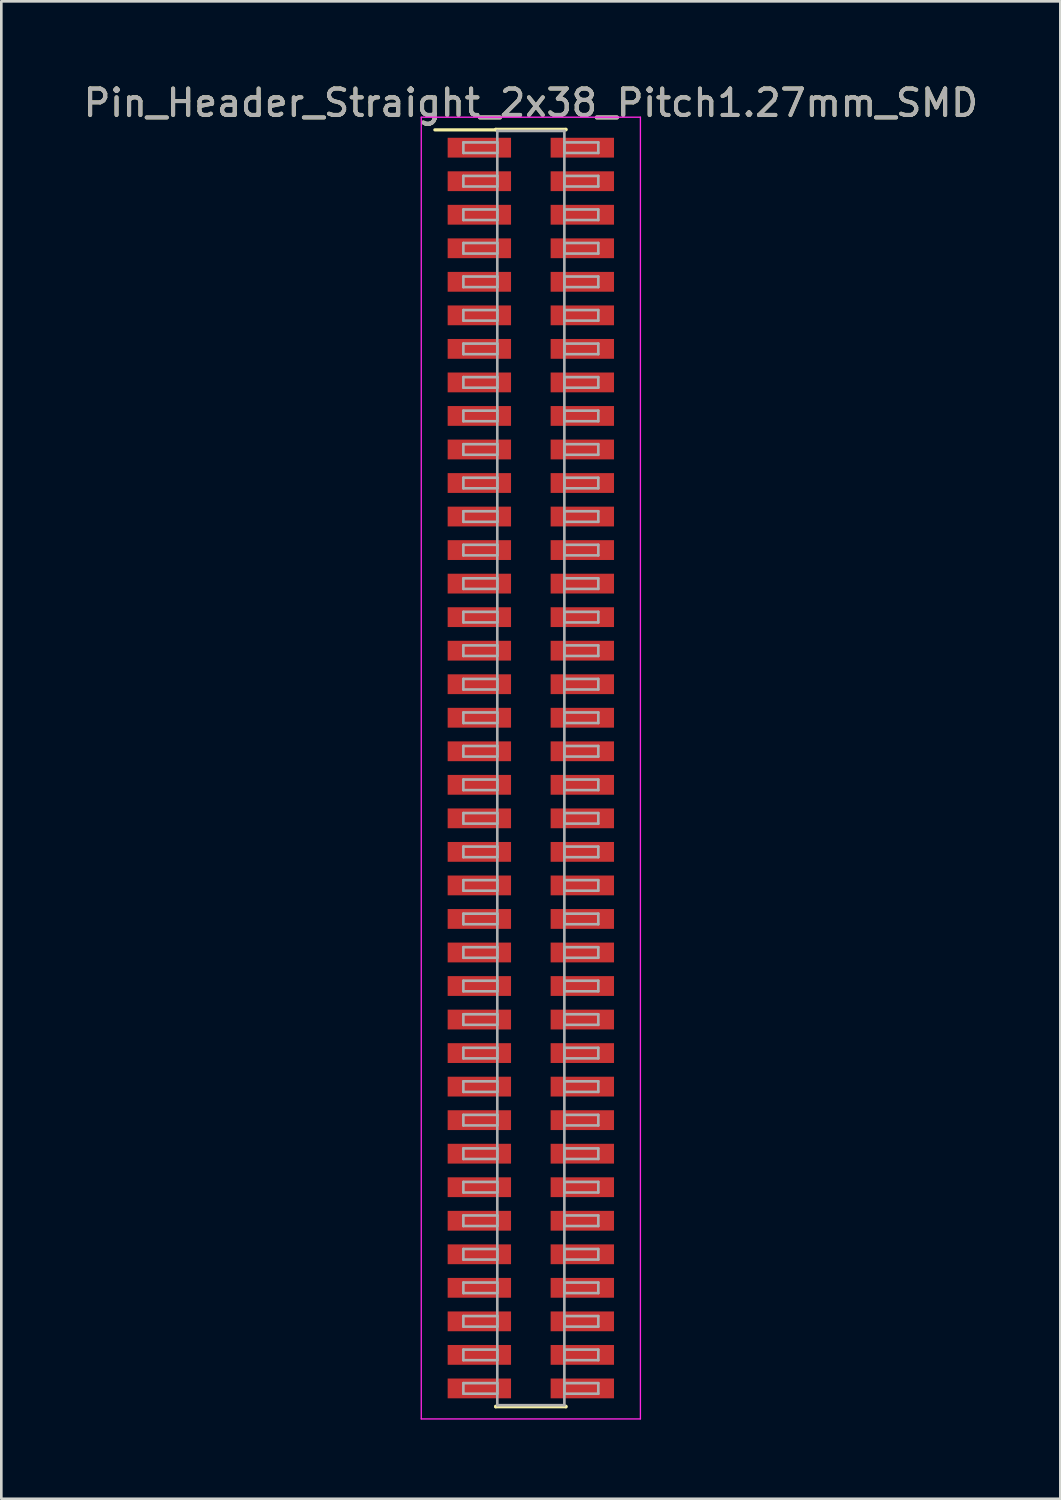
<source format=kicad_pcb>
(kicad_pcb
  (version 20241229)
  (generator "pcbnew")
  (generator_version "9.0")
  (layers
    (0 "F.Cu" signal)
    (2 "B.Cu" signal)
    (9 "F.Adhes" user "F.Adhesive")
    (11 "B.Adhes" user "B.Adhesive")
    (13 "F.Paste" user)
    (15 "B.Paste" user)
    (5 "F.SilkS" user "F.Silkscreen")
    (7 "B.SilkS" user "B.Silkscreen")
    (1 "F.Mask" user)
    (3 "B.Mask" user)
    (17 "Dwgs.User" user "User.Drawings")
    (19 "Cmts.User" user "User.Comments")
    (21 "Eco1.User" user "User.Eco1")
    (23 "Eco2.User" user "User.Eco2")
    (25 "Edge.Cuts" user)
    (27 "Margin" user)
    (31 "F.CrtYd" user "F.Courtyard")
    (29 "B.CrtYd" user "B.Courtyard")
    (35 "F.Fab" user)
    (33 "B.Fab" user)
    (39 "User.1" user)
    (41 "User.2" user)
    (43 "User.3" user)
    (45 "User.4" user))
  (footprint "Pin_Header_Straight_2x38_Pitch1.27mm_SMD"
    (layer "F.Cu")
    (at 17.054 26.038)
    (property "Reference" "Pin_Header_Straight_2x38_Pitch1.27mm_SMD" (at 0 -25.19 0) (layer "F.SilkS") (effects (font (size 1 1) (thickness 0.15))))
    (attr smd)
    (fp_line (start -3.635 -24.17) (end -1.33 -24.17) (stroke (width 0.12) (type solid)) (layer "F.SilkS"))
    (fp_line (start -1.33 -24.19) (end 1.33 -24.19) (stroke (width 0.12) (type solid)) (layer "F.SilkS"))
    (fp_line (start -1.33 -24.17) (end -1.33 -24.19) (stroke (width 0.12) (type solid)) (layer "F.SilkS"))
    (fp_line (start -1.33 24.17) (end -1.33 24.19) (stroke (width 0.12) (type solid)) (layer "F.SilkS"))
    (fp_line (start -1.33 24.19) (end 1.33 24.19) (stroke (width 0.12) (type solid)) (layer "F.SilkS"))
    (fp_line (start 1.33 -24.19) (end 1.33 -24.17) (stroke (width 0.12) (type solid)) (layer "F.SilkS"))
    (fp_line (start 1.33 24.19) (end 1.33 24.17) (stroke (width 0.12) (type solid)) (layer "F.SilkS"))
    (fp_line (start -4.15 -24.65) (end -4.15 24.65) (stroke (width 0.05) (type solid)) (layer "F.CrtYd"))
    (fp_line (start -4.15 24.65) (end 4.15 24.65) (stroke (width 0.05) (type solid)) (layer "F.CrtYd"))
    (fp_line (start 4.15 -24.65) (end -4.15 -24.65) (stroke (width 0.05) (type solid)) (layer "F.CrtYd"))
    (fp_line (start 4.15 24.65) (end 4.15 -24.65) (stroke (width 0.05) (type solid)) (layer "F.CrtYd"))
    (fp_line (start -2.555 -23.695) (end -1.27 -23.695) (stroke (width 0.1) (type solid)) (layer "F.Fab"))
    (fp_line (start -2.555 -23.295) (end -2.555 -23.695) (stroke (width 0.1) (type solid)) (layer "F.Fab"))
    (fp_line (start -2.555 -22.425) (end -1.27 -22.425) (stroke (width 0.1) (type solid)) (layer "F.Fab"))
    (fp_line (start -2.555 -22.025) (end -2.555 -22.425) (stroke (width 0.1) (type solid)) (layer "F.Fab"))
    (fp_line (start -2.555 -21.155) (end -1.27 -21.155) (stroke (width 0.1) (type solid)) (layer "F.Fab"))
    (fp_line (start -2.555 -20.755) (end -2.555 -21.155) (stroke (width 0.1) (type solid)) (layer "F.Fab"))
    (fp_line (start -2.555 -19.885) (end -1.27 -19.885) (stroke (width 0.1) (type solid)) (layer "F.Fab"))
    (fp_line (start -2.555 -19.485) (end -2.555 -19.885) (stroke (width 0.1) (type solid)) (layer "F.Fab"))
    (fp_line (start -2.555 -18.615) (end -1.27 -18.615) (stroke (width 0.1) (type solid)) (layer "F.Fab"))
    (fp_line (start -2.555 -18.215) (end -2.555 -18.615) (stroke (width 0.1) (type solid)) (layer "F.Fab"))
    (fp_line (start -2.555 -17.345) (end -1.27 -17.345) (stroke (width 0.1) (type solid)) (layer "F.Fab"))
    (fp_line (start -2.555 -16.945) (end -2.555 -17.345) (stroke (width 0.1) (type solid)) (layer "F.Fab"))
    (fp_line (start -2.555 -16.075) (end -1.27 -16.075) (stroke (width 0.1) (type solid)) (layer "F.Fab"))
    (fp_line (start -2.555 -15.675) (end -2.555 -16.075) (stroke (width 0.1) (type solid)) (layer "F.Fab"))
    (fp_line (start -2.555 -14.805) (end -1.27 -14.805) (stroke (width 0.1) (type solid)) (layer "F.Fab"))
    (fp_line (start -2.555 -14.405) (end -2.555 -14.805) (stroke (width 0.1) (type solid)) (layer "F.Fab"))
    (fp_line (start -2.555 -13.535) (end -1.27 -13.535) (stroke (width 0.1) (type solid)) (layer "F.Fab"))
    (fp_line (start -2.555 -13.135) (end -2.555 -13.535) (stroke (width 0.1) (type solid)) (layer "F.Fab"))
    (fp_line (start -2.555 -12.265) (end -1.27 -12.265) (stroke (width 0.1) (type solid)) (layer "F.Fab"))
    (fp_line (start -2.555 -11.865) (end -2.555 -12.265) (stroke (width 0.1) (type solid)) (layer "F.Fab"))
    (fp_line (start -2.555 -10.995) (end -1.27 -10.995) (stroke (width 0.1) (type solid)) (layer "F.Fab"))
    (fp_line (start -2.555 -10.595) (end -2.555 -10.995) (stroke (width 0.1) (type solid)) (layer "F.Fab"))
    (fp_line (start -2.555 -9.725) (end -1.27 -9.725) (stroke (width 0.1) (type solid)) (layer "F.Fab"))
    (fp_line (start -2.555 -9.325) (end -2.555 -9.725) (stroke (width 0.1) (type solid)) (layer "F.Fab"))
    (fp_line (start -2.555 -8.455) (end -1.27 -8.455) (stroke (width 0.1) (type solid)) (layer "F.Fab"))
    (fp_line (start -2.555 -8.055) (end -2.555 -8.455) (stroke (width 0.1) (type solid)) (layer "F.Fab"))
    (fp_line (start -2.555 -7.185) (end -1.27 -7.185) (stroke (width 0.1) (type solid)) (layer "F.Fab"))
    (fp_line (start -2.555 -6.785) (end -2.555 -7.185) (stroke (width 0.1) (type solid)) (layer "F.Fab"))
    (fp_line (start -2.555 -5.915) (end -1.27 -5.915) (stroke (width 0.1) (type solid)) (layer "F.Fab"))
    (fp_line (start -2.555 -5.515) (end -2.555 -5.915) (stroke (width 0.1) (type solid)) (layer "F.Fab"))
    (fp_line (start -2.555 -4.645) (end -1.27 -4.645) (stroke (width 0.1) (type solid)) (layer "F.Fab"))
    (fp_line (start -2.555 -4.245) (end -2.555 -4.645) (stroke (width 0.1) (type solid)) (layer "F.Fab"))
    (fp_line (start -2.555 -3.375) (end -1.27 -3.375) (stroke (width 0.1) (type solid)) (layer "F.Fab"))
    (fp_line (start -2.555 -2.975) (end -2.555 -3.375) (stroke (width 0.1) (type solid)) (layer "F.Fab"))
    (fp_line (start -2.555 -2.105) (end -1.27 -2.105) (stroke (width 0.1) (type solid)) (layer "F.Fab"))
    (fp_line (start -2.555 -1.705) (end -2.555 -2.105) (stroke (width 0.1) (type solid)) (layer "F.Fab"))
    (fp_line (start -2.555 -0.835) (end -1.27 -0.835) (stroke (width 0.1) (type solid)) (layer "F.Fab"))
    (fp_line (start -2.555 -0.435) (end -2.555 -0.835) (stroke (width 0.1) (type solid)) (layer "F.Fab"))
    (fp_line (start -2.555 0.435) (end -1.27 0.435) (stroke (width 0.1) (type solid)) (layer "F.Fab"))
    (fp_line (start -2.555 0.835) (end -2.555 0.435) (stroke (width 0.1) (type solid)) (layer "F.Fab"))
    (fp_line (start -2.555 1.705) (end -1.27 1.705) (stroke (width 0.1) (type solid)) (layer "F.Fab"))
    (fp_line (start -2.555 2.105) (end -2.555 1.705) (stroke (width 0.1) (type solid)) (layer "F.Fab"))
    (fp_line (start -2.555 2.975) (end -1.27 2.975) (stroke (width 0.1) (type solid)) (layer "F.Fab"))
    (fp_line (start -2.555 3.375) (end -2.555 2.975) (stroke (width 0.1) (type solid)) (layer "F.Fab"))
    (fp_line (start -2.555 4.245) (end -1.27 4.245) (stroke (width 0.1) (type solid)) (layer "F.Fab"))
    (fp_line (start -2.555 4.645) (end -2.555 4.245) (stroke (width 0.1) (type solid)) (layer "F.Fab"))
    (fp_line (start -2.555 5.515) (end -1.27 5.515) (stroke (width 0.1) (type solid)) (layer "F.Fab"))
    (fp_line (start -2.555 5.915) (end -2.555 5.515) (stroke (width 0.1) (type solid)) (layer "F.Fab"))
    (fp_line (start -2.555 6.785) (end -1.27 6.785) (stroke (width 0.1) (type solid)) (layer "F.Fab"))
    (fp_line (start -2.555 7.185) (end -2.555 6.785) (stroke (width 0.1) (type solid)) (layer "F.Fab"))
    (fp_line (start -2.555 8.055) (end -1.27 8.055) (stroke (width 0.1) (type solid)) (layer "F.Fab"))
    (fp_line (start -2.555 8.455) (end -2.555 8.055) (stroke (width 0.1) (type solid)) (layer "F.Fab"))
    (fp_line (start -2.555 9.325) (end -1.27 9.325) (stroke (width 0.1) (type solid)) (layer "F.Fab"))
    (fp_line (start -2.555 9.725) (end -2.555 9.325) (stroke (width 0.1) (type solid)) (layer "F.Fab"))
    (fp_line (start -2.555 10.595) (end -1.27 10.595) (stroke (width 0.1) (type solid)) (layer "F.Fab"))
    (fp_line (start -2.555 10.995) (end -2.555 10.595) (stroke (width 0.1) (type solid)) (layer "F.Fab"))
    (fp_line (start -2.555 11.865) (end -1.27 11.865) (stroke (width 0.1) (type solid)) (layer "F.Fab"))
    (fp_line (start -2.555 12.265) (end -2.555 11.865) (stroke (width 0.1) (type solid)) (layer "F.Fab"))
    (fp_line (start -2.555 13.135) (end -1.27 13.135) (stroke (width 0.1) (type solid)) (layer "F.Fab"))
    (fp_line (start -2.555 13.535) (end -2.555 13.135) (stroke (width 0.1) (type solid)) (layer "F.Fab"))
    (fp_line (start -2.555 14.405) (end -1.27 14.405) (stroke (width 0.1) (type solid)) (layer "F.Fab"))
    (fp_line (start -2.555 14.805) (end -2.555 14.405) (stroke (width 0.1) (type solid)) (layer "F.Fab"))
    (fp_line (start -2.555 15.675) (end -1.27 15.675) (stroke (width 0.1) (type solid)) (layer "F.Fab"))
    (fp_line (start -2.555 16.075) (end -2.555 15.675) (stroke (width 0.1) (type solid)) (layer "F.Fab"))
    (fp_line (start -2.555 16.945) (end -1.27 16.945) (stroke (width 0.1) (type solid)) (layer "F.Fab"))
    (fp_line (start -2.555 17.345) (end -2.555 16.945) (stroke (width 0.1) (type solid)) (layer "F.Fab"))
    (fp_line (start -2.555 18.215) (end -1.27 18.215) (stroke (width 0.1) (type solid)) (layer "F.Fab"))
    (fp_line (start -2.555 18.615) (end -2.555 18.215) (stroke (width 0.1) (type solid)) (layer "F.Fab"))
    (fp_line (start -2.555 19.485) (end -1.27 19.485) (stroke (width 0.1) (type solid)) (layer "F.Fab"))
    (fp_line (start -2.555 19.885) (end -2.555 19.485) (stroke (width 0.1) (type solid)) (layer "F.Fab"))
    (fp_line (start -2.555 20.755) (end -1.27 20.755) (stroke (width 0.1) (type solid)) (layer "F.Fab"))
    (fp_line (start -2.555 21.155) (end -2.555 20.755) (stroke (width 0.1) (type solid)) (layer "F.Fab"))
    (fp_line (start -2.555 22.025) (end -1.27 22.025) (stroke (width 0.1) (type solid)) (layer "F.Fab"))
    (fp_line (start -2.555 22.425) (end -2.555 22.025) (stroke (width 0.1) (type solid)) (layer "F.Fab"))
    (fp_line (start -2.555 23.295) (end -1.27 23.295) (stroke (width 0.1) (type solid)) (layer "F.Fab"))
    (fp_line (start -2.555 23.695) (end -2.555 23.295) (stroke (width 0.1) (type solid)) (layer "F.Fab"))
    (fp_line (start -1.27 -24.13) (end -1.27 24.13) (stroke (width 0.1) (type solid)) (layer "F.Fab"))
    (fp_line (start -1.27 -23.695) (end -1.27 -23.295) (stroke (width 0.1) (type solid)) (layer "F.Fab"))
    (fp_line (start -1.27 -23.295) (end -2.555 -23.295) (stroke (width 0.1) (type solid)) (layer "F.Fab"))
    (fp_line (start -1.27 -22.425) (end -1.27 -22.025) (stroke (width 0.1) (type solid)) (layer "F.Fab"))
    (fp_line (start -1.27 -22.025) (end -2.555 -22.025) (stroke (width 0.1) (type solid)) (layer "F.Fab"))
    (fp_line (start -1.27 -21.155) (end -1.27 -20.755) (stroke (width 0.1) (type solid)) (layer "F.Fab"))
    (fp_line (start -1.27 -20.755) (end -2.555 -20.755) (stroke (width 0.1) (type solid)) (layer "F.Fab"))
    (fp_line (start -1.27 -19.885) (end -1.27 -19.485) (stroke (width 0.1) (type solid)) (layer "F.Fab"))
    (fp_line (start -1.27 -19.485) (end -2.555 -19.485) (stroke (width 0.1) (type solid)) (layer "F.Fab"))
    (fp_line (start -1.27 -18.615) (end -1.27 -18.215) (stroke (width 0.1) (type solid)) (layer "F.Fab"))
    (fp_line (start -1.27 -18.215) (end -2.555 -18.215) (stroke (width 0.1) (type solid)) (layer "F.Fab"))
    (fp_line (start -1.27 -17.345) (end -1.27 -16.945) (stroke (width 0.1) (type solid)) (layer "F.Fab"))
    (fp_line (start -1.27 -16.945) (end -2.555 -16.945) (stroke (width 0.1) (type solid)) (layer "F.Fab"))
    (fp_line (start -1.27 -16.075) (end -1.27 -15.675) (stroke (width 0.1) (type solid)) (layer "F.Fab"))
    (fp_line (start -1.27 -15.675) (end -2.555 -15.675) (stroke (width 0.1) (type solid)) (layer "F.Fab"))
    (fp_line (start -1.27 -14.805) (end -1.27 -14.405) (stroke (width 0.1) (type solid)) (layer "F.Fab"))
    (fp_line (start -1.27 -14.405) (end -2.555 -14.405) (stroke (width 0.1) (type solid)) (layer "F.Fab"))
    (fp_line (start -1.27 -13.535) (end -1.27 -13.135) (stroke (width 0.1) (type solid)) (layer "F.Fab"))
    (fp_line (start -1.27 -13.135) (end -2.555 -13.135) (stroke (width 0.1) (type solid)) (layer "F.Fab"))
    (fp_line (start -1.27 -12.265) (end -1.27 -11.865) (stroke (width 0.1) (type solid)) (layer "F.Fab"))
    (fp_line (start -1.27 -11.865) (end -2.555 -11.865) (stroke (width 0.1) (type solid)) (layer "F.Fab"))
    (fp_line (start -1.27 -10.995) (end -1.27 -10.595) (stroke (width 0.1) (type solid)) (layer "F.Fab"))
    (fp_line (start -1.27 -10.595) (end -2.555 -10.595) (stroke (width 0.1) (type solid)) (layer "F.Fab"))
    (fp_line (start -1.27 -9.725) (end -1.27 -9.325) (stroke (width 0.1) (type solid)) (layer "F.Fab"))
    (fp_line (start -1.27 -9.325) (end -2.555 -9.325) (stroke (width 0.1) (type solid)) (layer "F.Fab"))
    (fp_line (start -1.27 -8.455) (end -1.27 -8.055) (stroke (width 0.1) (type solid)) (layer "F.Fab"))
    (fp_line (start -1.27 -8.055) (end -2.555 -8.055) (stroke (width 0.1) (type solid)) (layer "F.Fab"))
    (fp_line (start -1.27 -7.185) (end -1.27 -6.785) (stroke (width 0.1) (type solid)) (layer "F.Fab"))
    (fp_line (start -1.27 -6.785) (end -2.555 -6.785) (stroke (width 0.1) (type solid)) (layer "F.Fab"))
    (fp_line (start -1.27 -5.915) (end -1.27 -5.515) (stroke (width 0.1) (type solid)) (layer "F.Fab"))
    (fp_line (start -1.27 -5.515) (end -2.555 -5.515) (stroke (width 0.1) (type solid)) (layer "F.Fab"))
    (fp_line (start -1.27 -4.645) (end -1.27 -4.245) (stroke (width 0.1) (type solid)) (layer "F.Fab"))
    (fp_line (start -1.27 -4.245) (end -2.555 -4.245) (stroke (width 0.1) (type solid)) (layer "F.Fab"))
    (fp_line (start -1.27 -3.375) (end -1.27 -2.975) (stroke (width 0.1) (type solid)) (layer "F.Fab"))
    (fp_line (start -1.27 -2.975) (end -2.555 -2.975) (stroke (width 0.1) (type solid)) (layer "F.Fab"))
    (fp_line (start -1.27 -2.105) (end -1.27 -1.705) (stroke (width 0.1) (type solid)) (layer "F.Fab"))
    (fp_line (start -1.27 -1.705) (end -2.555 -1.705) (stroke (width 0.1) (type solid)) (layer "F.Fab"))
    (fp_line (start -1.27 -0.835) (end -1.27 -0.435) (stroke (width 0.1) (type solid)) (layer "F.Fab"))
    (fp_line (start -1.27 -0.435) (end -2.555 -0.435) (stroke (width 0.1) (type solid)) (layer "F.Fab"))
    (fp_line (start -1.27 0.435) (end -1.27 0.835) (stroke (width 0.1) (type solid)) (layer "F.Fab"))
    (fp_line (start -1.27 0.835) (end -2.555 0.835) (stroke (width 0.1) (type solid)) (layer "F.Fab"))
    (fp_line (start -1.27 1.705) (end -1.27 2.105) (stroke (width 0.1) (type solid)) (layer "F.Fab"))
    (fp_line (start -1.27 2.105) (end -2.555 2.105) (stroke (width 0.1) (type solid)) (layer "F.Fab"))
    (fp_line (start -1.27 2.975) (end -1.27 3.375) (stroke (width 0.1) (type solid)) (layer "F.Fab"))
    (fp_line (start -1.27 3.375) (end -2.555 3.375) (stroke (width 0.1) (type solid)) (layer "F.Fab"))
    (fp_line (start -1.27 4.245) (end -1.27 4.645) (stroke (width 0.1) (type solid)) (layer "F.Fab"))
    (fp_line (start -1.27 4.645) (end -2.555 4.645) (stroke (width 0.1) (type solid)) (layer "F.Fab"))
    (fp_line (start -1.27 5.515) (end -1.27 5.915) (stroke (width 0.1) (type solid)) (layer "F.Fab"))
    (fp_line (start -1.27 5.915) (end -2.555 5.915) (stroke (width 0.1) (type solid)) (layer "F.Fab"))
    (fp_line (start -1.27 6.785) (end -1.27 7.185) (stroke (width 0.1) (type solid)) (layer "F.Fab"))
    (fp_line (start -1.27 7.185) (end -2.555 7.185) (stroke (width 0.1) (type solid)) (layer "F.Fab"))
    (fp_line (start -1.27 8.055) (end -1.27 8.455) (stroke (width 0.1) (type solid)) (layer "F.Fab"))
    (fp_line (start -1.27 8.455) (end -2.555 8.455) (stroke (width 0.1) (type solid)) (layer "F.Fab"))
    (fp_line (start -1.27 9.325) (end -1.27 9.725) (stroke (width 0.1) (type solid)) (layer "F.Fab"))
    (fp_line (start -1.27 9.725) (end -2.555 9.725) (stroke (width 0.1) (type solid)) (layer "F.Fab"))
    (fp_line (start -1.27 10.595) (end -1.27 10.995) (stroke (width 0.1) (type solid)) (layer "F.Fab"))
    (fp_line (start -1.27 10.995) (end -2.555 10.995) (stroke (width 0.1) (type solid)) (layer "F.Fab"))
    (fp_line (start -1.27 11.865) (end -1.27 12.265) (stroke (width 0.1) (type solid)) (layer "F.Fab"))
    (fp_line (start -1.27 12.265) (end -2.555 12.265) (stroke (width 0.1) (type solid)) (layer "F.Fab"))
    (fp_line (start -1.27 13.135) (end -1.27 13.535) (stroke (width 0.1) (type solid)) (layer "F.Fab"))
    (fp_line (start -1.27 13.535) (end -2.555 13.535) (stroke (width 0.1) (type solid)) (layer "F.Fab"))
    (fp_line (start -1.27 14.405) (end -1.27 14.805) (stroke (width 0.1) (type solid)) (layer "F.Fab"))
    (fp_line (start -1.27 14.805) (end -2.555 14.805) (stroke (width 0.1) (type solid)) (layer "F.Fab"))
    (fp_line (start -1.27 15.675) (end -1.27 16.075) (stroke (width 0.1) (type solid)) (layer "F.Fab"))
    (fp_line (start -1.27 16.075) (end -2.555 16.075) (stroke (width 0.1) (type solid)) (layer "F.Fab"))
    (fp_line (start -1.27 16.945) (end -1.27 17.345) (stroke (width 0.1) (type solid)) (layer "F.Fab"))
    (fp_line (start -1.27 17.345) (end -2.555 17.345) (stroke (width 0.1) (type solid)) (layer "F.Fab"))
    (fp_line (start -1.27 18.215) (end -1.27 18.615) (stroke (width 0.1) (type solid)) (layer "F.Fab"))
    (fp_line (start -1.27 18.615) (end -2.555 18.615) (stroke (width 0.1) (type solid)) (layer "F.Fab"))
    (fp_line (start -1.27 19.485) (end -1.27 19.885) (stroke (width 0.1) (type solid)) (layer "F.Fab"))
    (fp_line (start -1.27 19.885) (end -2.555 19.885) (stroke (width 0.1) (type solid)) (layer "F.Fab"))
    (fp_line (start -1.27 20.755) (end -1.27 21.155) (stroke (width 0.1) (type solid)) (layer "F.Fab"))
    (fp_line (start -1.27 21.155) (end -2.555 21.155) (stroke (width 0.1) (type solid)) (layer "F.Fab"))
    (fp_line (start -1.27 22.025) (end -1.27 22.425) (stroke (width 0.1) (type solid)) (layer "F.Fab"))
    (fp_line (start -1.27 22.425) (end -2.555 22.425) (stroke (width 0.1) (type solid)) (layer "F.Fab"))
    (fp_line (start -1.27 23.295) (end -1.27 23.695) (stroke (width 0.1) (type solid)) (layer "F.Fab"))
    (fp_line (start -1.27 23.695) (end -2.555 23.695) (stroke (width 0.1) (type solid)) (layer "F.Fab"))
    (fp_line (start -1.27 24.13) (end 1.27 24.13) (stroke (width 0.1) (type solid)) (layer "F.Fab"))
    (fp_line (start 1.27 -24.13) (end -1.27 -24.13) (stroke (width 0.1) (type solid)) (layer "F.Fab"))
    (fp_line (start 1.27 -23.695) (end 1.27 -23.295) (stroke (width 0.1) (type solid)) (layer "F.Fab"))
    (fp_line (start 1.27 -23.295) (end 2.555 -23.295) (stroke (width 0.1) (type solid)) (layer "F.Fab"))
    (fp_line (start 1.27 -22.425) (end 1.27 -22.025) (stroke (width 0.1) (type solid)) (layer "F.Fab"))
    (fp_line (start 1.27 -22.025) (end 2.555 -22.025) (stroke (width 0.1) (type solid)) (layer "F.Fab"))
    (fp_line (start 1.27 -21.155) (end 1.27 -20.755) (stroke (width 0.1) (type solid)) (layer "F.Fab"))
    (fp_line (start 1.27 -20.755) (end 2.555 -20.755) (stroke (width 0.1) (type solid)) (layer "F.Fab"))
    (fp_line (start 1.27 -19.885) (end 1.27 -19.485) (stroke (width 0.1) (type solid)) (layer "F.Fab"))
    (fp_line (start 1.27 -19.485) (end 2.555 -19.485) (stroke (width 0.1) (type solid)) (layer "F.Fab"))
    (fp_line (start 1.27 -18.615) (end 1.27 -18.215) (stroke (width 0.1) (type solid)) (layer "F.Fab"))
    (fp_line (start 1.27 -18.215) (end 2.555 -18.215) (stroke (width 0.1) (type solid)) (layer "F.Fab"))
    (fp_line (start 1.27 -17.345) (end 1.27 -16.945) (stroke (width 0.1) (type solid)) (layer "F.Fab"))
    (fp_line (start 1.27 -16.945) (end 2.555 -16.945) (stroke (width 0.1) (type solid)) (layer "F.Fab"))
    (fp_line (start 1.27 -16.075) (end 1.27 -15.675) (stroke (width 0.1) (type solid)) (layer "F.Fab"))
    (fp_line (start 1.27 -15.675) (end 2.555 -15.675) (stroke (width 0.1) (type solid)) (layer "F.Fab"))
    (fp_line (start 1.27 -14.805) (end 1.27 -14.405) (stroke (width 0.1) (type solid)) (layer "F.Fab"))
    (fp_line (start 1.27 -14.405) (end 2.555 -14.405) (stroke (width 0.1) (type solid)) (layer "F.Fab"))
    (fp_line (start 1.27 -13.535) (end 1.27 -13.135) (stroke (width 0.1) (type solid)) (layer "F.Fab"))
    (fp_line (start 1.27 -13.135) (end 2.555 -13.135) (stroke (width 0.1) (type solid)) (layer "F.Fab"))
    (fp_line (start 1.27 -12.265) (end 1.27 -11.865) (stroke (width 0.1) (type solid)) (layer "F.Fab"))
    (fp_line (start 1.27 -11.865) (end 2.555 -11.865) (stroke (width 0.1) (type solid)) (layer "F.Fab"))
    (fp_line (start 1.27 -10.995) (end 1.27 -10.595) (stroke (width 0.1) (type solid)) (layer "F.Fab"))
    (fp_line (start 1.27 -10.595) (end 2.555 -10.595) (stroke (width 0.1) (type solid)) (layer "F.Fab"))
    (fp_line (start 1.27 -9.725) (end 1.27 -9.325) (stroke (width 0.1) (type solid)) (layer "F.Fab"))
    (fp_line (start 1.27 -9.325) (end 2.555 -9.325) (stroke (width 0.1) (type solid)) (layer "F.Fab"))
    (fp_line (start 1.27 -8.455) (end 1.27 -8.055) (stroke (width 0.1) (type solid)) (layer "F.Fab"))
    (fp_line (start 1.27 -8.055) (end 2.555 -8.055) (stroke (width 0.1) (type solid)) (layer "F.Fab"))
    (fp_line (start 1.27 -7.185) (end 1.27 -6.785) (stroke (width 0.1) (type solid)) (layer "F.Fab"))
    (fp_line (start 1.27 -6.785) (end 2.555 -6.785) (stroke (width 0.1) (type solid)) (layer "F.Fab"))
    (fp_line (start 1.27 -5.915) (end 1.27 -5.515) (stroke (width 0.1) (type solid)) (layer "F.Fab"))
    (fp_line (start 1.27 -5.515) (end 2.555 -5.515) (stroke (width 0.1) (type solid)) (layer "F.Fab"))
    (fp_line (start 1.27 -4.645) (end 1.27 -4.245) (stroke (width 0.1) (type solid)) (layer "F.Fab"))
    (fp_line (start 1.27 -4.245) (end 2.555 -4.245) (stroke (width 0.1) (type solid)) (layer "F.Fab"))
    (fp_line (start 1.27 -3.375) (end 1.27 -2.975) (stroke (width 0.1) (type solid)) (layer "F.Fab"))
    (fp_line (start 1.27 -2.975) (end 2.555 -2.975) (stroke (width 0.1) (type solid)) (layer "F.Fab"))
    (fp_line (start 1.27 -2.105) (end 1.27 -1.705) (stroke (width 0.1) (type solid)) (layer "F.Fab"))
    (fp_line (start 1.27 -1.705) (end 2.555 -1.705) (stroke (width 0.1) (type solid)) (layer "F.Fab"))
    (fp_line (start 1.27 -0.835) (end 1.27 -0.435) (stroke (width 0.1) (type solid)) (layer "F.Fab"))
    (fp_line (start 1.27 -0.435) (end 2.555 -0.435) (stroke (width 0.1) (type solid)) (layer "F.Fab"))
    (fp_line (start 1.27 0.435) (end 1.27 0.835) (stroke (width 0.1) (type solid)) (layer "F.Fab"))
    (fp_line (start 1.27 0.835) (end 2.555 0.835) (stroke (width 0.1) (type solid)) (layer "F.Fab"))
    (fp_line (start 1.27 1.705) (end 1.27 2.105) (stroke (width 0.1) (type solid)) (layer "F.Fab"))
    (fp_line (start 1.27 2.105) (end 2.555 2.105) (stroke (width 0.1) (type solid)) (layer "F.Fab"))
    (fp_line (start 1.27 2.975) (end 1.27 3.375) (stroke (width 0.1) (type solid)) (layer "F.Fab"))
    (fp_line (start 1.27 3.375) (end 2.555 3.375) (stroke (width 0.1) (type solid)) (layer "F.Fab"))
    (fp_line (start 1.27 4.245) (end 1.27 4.645) (stroke (width 0.1) (type solid)) (layer "F.Fab"))
    (fp_line (start 1.27 4.645) (end 2.555 4.645) (stroke (width 0.1) (type solid)) (layer "F.Fab"))
    (fp_line (start 1.27 5.515) (end 1.27 5.915) (stroke (width 0.1) (type solid)) (layer "F.Fab"))
    (fp_line (start 1.27 5.915) (end 2.555 5.915) (stroke (width 0.1) (type solid)) (layer "F.Fab"))
    (fp_line (start 1.27 6.785) (end 1.27 7.185) (stroke (width 0.1) (type solid)) (layer "F.Fab"))
    (fp_line (start 1.27 7.185) (end 2.555 7.185) (stroke (width 0.1) (type solid)) (layer "F.Fab"))
    (fp_line (start 1.27 8.055) (end 1.27 8.455) (stroke (width 0.1) (type solid)) (layer "F.Fab"))
    (fp_line (start 1.27 8.455) (end 2.555 8.455) (stroke (width 0.1) (type solid)) (layer "F.Fab"))
    (fp_line (start 1.27 9.325) (end 1.27 9.725) (stroke (width 0.1) (type solid)) (layer "F.Fab"))
    (fp_line (start 1.27 9.725) (end 2.555 9.725) (stroke (width 0.1) (type solid)) (layer "F.Fab"))
    (fp_line (start 1.27 10.595) (end 1.27 10.995) (stroke (width 0.1) (type solid)) (layer "F.Fab"))
    (fp_line (start 1.27 10.995) (end 2.555 10.995) (stroke (width 0.1) (type solid)) (layer "F.Fab"))
    (fp_line (start 1.27 11.865) (end 1.27 12.265) (stroke (width 0.1) (type solid)) (layer "F.Fab"))
    (fp_line (start 1.27 12.265) (end 2.555 12.265) (stroke (width 0.1) (type solid)) (layer "F.Fab"))
    (fp_line (start 1.27 13.135) (end 1.27 13.535) (stroke (width 0.1) (type solid)) (layer "F.Fab"))
    (fp_line (start 1.27 13.535) (end 2.555 13.535) (stroke (width 0.1) (type solid)) (layer "F.Fab"))
    (fp_line (start 1.27 14.405) (end 1.27 14.805) (stroke (width 0.1) (type solid)) (layer "F.Fab"))
    (fp_line (start 1.27 14.805) (end 2.555 14.805) (stroke (width 0.1) (type solid)) (layer "F.Fab"))
    (fp_line (start 1.27 15.675) (end 1.27 16.075) (stroke (width 0.1) (type solid)) (layer "F.Fab"))
    (fp_line (start 1.27 16.075) (end 2.555 16.075) (stroke (width 0.1) (type solid)) (layer "F.Fab"))
    (fp_line (start 1.27 16.945) (end 1.27 17.345) (stroke (width 0.1) (type solid)) (layer "F.Fab"))
    (fp_line (start 1.27 17.345) (end 2.555 17.345) (stroke (width 0.1) (type solid)) (layer "F.Fab"))
    (fp_line (start 1.27 18.215) (end 1.27 18.615) (stroke (width 0.1) (type solid)) (layer "F.Fab"))
    (fp_line (start 1.27 18.615) (end 2.555 18.615) (stroke (width 0.1) (type solid)) (layer "F.Fab"))
    (fp_line (start 1.27 19.485) (end 1.27 19.885) (stroke (width 0.1) (type solid)) (layer "F.Fab"))
    (fp_line (start 1.27 19.885) (end 2.555 19.885) (stroke (width 0.1) (type solid)) (layer "F.Fab"))
    (fp_line (start 1.27 20.755) (end 1.27 21.155) (stroke (width 0.1) (type solid)) (layer "F.Fab"))
    (fp_line (start 1.27 21.155) (end 2.555 21.155) (stroke (width 0.1) (type solid)) (layer "F.Fab"))
    (fp_line (start 1.27 22.025) (end 1.27 22.425) (stroke (width 0.1) (type solid)) (layer "F.Fab"))
    (fp_line (start 1.27 22.425) (end 2.555 22.425) (stroke (width 0.1) (type solid)) (layer "F.Fab"))
    (fp_line (start 1.27 23.295) (end 1.27 23.695) (stroke (width 0.1) (type solid)) (layer "F.Fab"))
    (fp_line (start 1.27 23.695) (end 2.555 23.695) (stroke (width 0.1) (type solid)) (layer "F.Fab"))
    (fp_line (start 1.27 24.13) (end 1.27 -24.13) (stroke (width 0.1) (type solid)) (layer "F.Fab"))
    (fp_line (start 2.555 -23.695) (end 1.27 -23.695) (stroke (width 0.1) (type solid)) (layer "F.Fab"))
    (fp_line (start 2.555 -23.295) (end 2.555 -23.695) (stroke (width 0.1) (type solid)) (layer "F.Fab"))
    (fp_line (start 2.555 -22.425) (end 1.27 -22.425) (stroke (width 0.1) (type solid)) (layer "F.Fab"))
    (fp_line (start 2.555 -22.025) (end 2.555 -22.425) (stroke (width 0.1) (type solid)) (layer "F.Fab"))
    (fp_line (start 2.555 -21.155) (end 1.27 -21.155) (stroke (width 0.1) (type solid)) (layer "F.Fab"))
    (fp_line (start 2.555 -20.755) (end 2.555 -21.155) (stroke (width 0.1) (type solid)) (layer "F.Fab"))
    (fp_line (start 2.555 -19.885) (end 1.27 -19.885) (stroke (width 0.1) (type solid)) (layer "F.Fab"))
    (fp_line (start 2.555 -19.485) (end 2.555 -19.885) (stroke (width 0.1) (type solid)) (layer "F.Fab"))
    (fp_line (start 2.555 -18.615) (end 1.27 -18.615) (stroke (width 0.1) (type solid)) (layer "F.Fab"))
    (fp_line (start 2.555 -18.215) (end 2.555 -18.615) (stroke (width 0.1) (type solid)) (layer "F.Fab"))
    (fp_line (start 2.555 -17.345) (end 1.27 -17.345) (stroke (width 0.1) (type solid)) (layer "F.Fab"))
    (fp_line (start 2.555 -16.945) (end 2.555 -17.345) (stroke (width 0.1) (type solid)) (layer "F.Fab"))
    (fp_line (start 2.555 -16.075) (end 1.27 -16.075) (stroke (width 0.1) (type solid)) (layer "F.Fab"))
    (fp_line (start 2.555 -15.675) (end 2.555 -16.075) (stroke (width 0.1) (type solid)) (layer "F.Fab"))
    (fp_line (start 2.555 -14.805) (end 1.27 -14.805) (stroke (width 0.1) (type solid)) (layer "F.Fab"))
    (fp_line (start 2.555 -14.405) (end 2.555 -14.805) (stroke (width 0.1) (type solid)) (layer "F.Fab"))
    (fp_line (start 2.555 -13.535) (end 1.27 -13.535) (stroke (width 0.1) (type solid)) (layer "F.Fab"))
    (fp_line (start 2.555 -13.135) (end 2.555 -13.535) (stroke (width 0.1) (type solid)) (layer "F.Fab"))
    (fp_line (start 2.555 -12.265) (end 1.27 -12.265) (stroke (width 0.1) (type solid)) (layer "F.Fab"))
    (fp_line (start 2.555 -11.865) (end 2.555 -12.265) (stroke (width 0.1) (type solid)) (layer "F.Fab"))
    (fp_line (start 2.555 -10.995) (end 1.27 -10.995) (stroke (width 0.1) (type solid)) (layer "F.Fab"))
    (fp_line (start 2.555 -10.595) (end 2.555 -10.995) (stroke (width 0.1) (type solid)) (layer "F.Fab"))
    (fp_line (start 2.555 -9.725) (end 1.27 -9.725) (stroke (width 0.1) (type solid)) (layer "F.Fab"))
    (fp_line (start 2.555 -9.325) (end 2.555 -9.725) (stroke (width 0.1) (type solid)) (layer "F.Fab"))
    (fp_line (start 2.555 -8.455) (end 1.27 -8.455) (stroke (width 0.1) (type solid)) (layer "F.Fab"))
    (fp_line (start 2.555 -8.055) (end 2.555 -8.455) (stroke (width 0.1) (type solid)) (layer "F.Fab"))
    (fp_line (start 2.555 -7.185) (end 1.27 -7.185) (stroke (width 0.1) (type solid)) (layer "F.Fab"))
    (fp_line (start 2.555 -6.785) (end 2.555 -7.185) (stroke (width 0.1) (type solid)) (layer "F.Fab"))
    (fp_line (start 2.555 -5.915) (end 1.27 -5.915) (stroke (width 0.1) (type solid)) (layer "F.Fab"))
    (fp_line (start 2.555 -5.515) (end 2.555 -5.915) (stroke (width 0.1) (type solid)) (layer "F.Fab"))
    (fp_line (start 2.555 -4.645) (end 1.27 -4.645) (stroke (width 0.1) (type solid)) (layer "F.Fab"))
    (fp_line (start 2.555 -4.245) (end 2.555 -4.645) (stroke (width 0.1) (type solid)) (layer "F.Fab"))
    (fp_line (start 2.555 -3.375) (end 1.27 -3.375) (stroke (width 0.1) (type solid)) (layer "F.Fab"))
    (fp_line (start 2.555 -2.975) (end 2.555 -3.375) (stroke (width 0.1) (type solid)) (layer "F.Fab"))
    (fp_line (start 2.555 -2.105) (end 1.27 -2.105) (stroke (width 0.1) (type solid)) (layer "F.Fab"))
    (fp_line (start 2.555 -1.705) (end 2.555 -2.105) (stroke (width 0.1) (type solid)) (layer "F.Fab"))
    (fp_line (start 2.555 -0.835) (end 1.27 -0.835) (stroke (width 0.1) (type solid)) (layer "F.Fab"))
    (fp_line (start 2.555 -0.435) (end 2.555 -0.835) (stroke (width 0.1) (type solid)) (layer "F.Fab"))
    (fp_line (start 2.555 0.435) (end 1.27 0.435) (stroke (width 0.1) (type solid)) (layer "F.Fab"))
    (fp_line (start 2.555 0.835) (end 2.555 0.435) (stroke (width 0.1) (type solid)) (layer "F.Fab"))
    (fp_line (start 2.555 1.705) (end 1.27 1.705) (stroke (width 0.1) (type solid)) (layer "F.Fab"))
    (fp_line (start 2.555 2.105) (end 2.555 1.705) (stroke (width 0.1) (type solid)) (layer "F.Fab"))
    (fp_line (start 2.555 2.975) (end 1.27 2.975) (stroke (width 0.1) (type solid)) (layer "F.Fab"))
    (fp_line (start 2.555 3.375) (end 2.555 2.975) (stroke (width 0.1) (type solid)) (layer "F.Fab"))
    (fp_line (start 2.555 4.245) (end 1.27 4.245) (stroke (width 0.1) (type solid)) (layer "F.Fab"))
    (fp_line (start 2.555 4.645) (end 2.555 4.245) (stroke (width 0.1) (type solid)) (layer "F.Fab"))
    (fp_line (start 2.555 5.515) (end 1.27 5.515) (stroke (width 0.1) (type solid)) (layer "F.Fab"))
    (fp_line (start 2.555 5.915) (end 2.555 5.515) (stroke (width 0.1) (type solid)) (layer "F.Fab"))
    (fp_line (start 2.555 6.785) (end 1.27 6.785) (stroke (width 0.1) (type solid)) (layer "F.Fab"))
    (fp_line (start 2.555 7.185) (end 2.555 6.785) (stroke (width 0.1) (type solid)) (layer "F.Fab"))
    (fp_line (start 2.555 8.055) (end 1.27 8.055) (stroke (width 0.1) (type solid)) (layer "F.Fab"))
    (fp_line (start 2.555 8.455) (end 2.555 8.055) (stroke (width 0.1) (type solid)) (layer "F.Fab"))
    (fp_line (start 2.555 9.325) (end 1.27 9.325) (stroke (width 0.1) (type solid)) (layer "F.Fab"))
    (fp_line (start 2.555 9.725) (end 2.555 9.325) (stroke (width 0.1) (type solid)) (layer "F.Fab"))
    (fp_line (start 2.555 10.595) (end 1.27 10.595) (stroke (width 0.1) (type solid)) (layer "F.Fab"))
    (fp_line (start 2.555 10.995) (end 2.555 10.595) (stroke (width 0.1) (type solid)) (layer "F.Fab"))
    (fp_line (start 2.555 11.865) (end 1.27 11.865) (stroke (width 0.1) (type solid)) (layer "F.Fab"))
    (fp_line (start 2.555 12.265) (end 2.555 11.865) (stroke (width 0.1) (type solid)) (layer "F.Fab"))
    (fp_line (start 2.555 13.135) (end 1.27 13.135) (stroke (width 0.1) (type solid)) (layer "F.Fab"))
    (fp_line (start 2.555 13.535) (end 2.555 13.135) (stroke (width 0.1) (type solid)) (layer "F.Fab"))
    (fp_line (start 2.555 14.405) (end 1.27 14.405) (stroke (width 0.1) (type solid)) (layer "F.Fab"))
    (fp_line (start 2.555 14.805) (end 2.555 14.405) (stroke (width 0.1) (type solid)) (layer "F.Fab"))
    (fp_line (start 2.555 15.675) (end 1.27 15.675) (stroke (width 0.1) (type solid)) (layer "F.Fab"))
    (fp_line (start 2.555 16.075) (end 2.555 15.675) (stroke (width 0.1) (type solid)) (layer "F.Fab"))
    (fp_line (start 2.555 16.945) (end 1.27 16.945) (stroke (width 0.1) (type solid)) (layer "F.Fab"))
    (fp_line (start 2.555 17.345) (end 2.555 16.945) (stroke (width 0.1) (type solid)) (layer "F.Fab"))
    (fp_line (start 2.555 18.215) (end 1.27 18.215) (stroke (width 0.1) (type solid)) (layer "F.Fab"))
    (fp_line (start 2.555 18.615) (end 2.555 18.215) (stroke (width 0.1) (type solid)) (layer "F.Fab"))
    (fp_line (start 2.555 19.485) (end 1.27 19.485) (stroke (width 0.1) (type solid)) (layer "F.Fab"))
    (fp_line (start 2.555 19.885) (end 2.555 19.485) (stroke (width 0.1) (type solid)) (layer "F.Fab"))
    (fp_line (start 2.555 20.755) (end 1.27 20.755) (stroke (width 0.1) (type solid)) (layer "F.Fab"))
    (fp_line (start 2.555 21.155) (end 2.555 20.755) (stroke (width 0.1) (type solid)) (layer "F.Fab"))
    (fp_line (start 2.555 22.025) (end 1.27 22.025) (stroke (width 0.1) (type solid)) (layer "F.Fab"))
    (fp_line (start 2.555 22.425) (end 2.555 22.025) (stroke (width 0.1) (type solid)) (layer "F.Fab"))
    (fp_line (start 2.555 23.295) (end 1.27 23.295) (stroke (width 0.1) (type solid)) (layer "F.Fab"))
    (fp_line (start 2.555 23.695) (end 2.555 23.295) (stroke (width 0.1) (type solid)) (layer "F.Fab"))
    (fp_text user "${REFERENCE}" (at 0 -25.19 0) (layer "F.Fab") (effects (font (size 1 1) (thickness 0.15))))
    (pad "1" smd rect (at -1.95 -23.495) (size 2.4 0.75) (layers "F.Cu" "F.Mask" "F.Paste"))
    (pad "2" smd rect (at 1.95 -23.495) (size 2.4 0.75) (layers "F.Cu" "F.Mask" "F.Paste"))
    (pad "3" smd rect (at -1.95 -22.225) (size 2.4 0.75) (layers "F.Cu" "F.Mask" "F.Paste"))
    (pad "4" smd rect (at 1.95 -22.225) (size 2.4 0.75) (layers "F.Cu" "F.Mask" "F.Paste"))
    (pad "5" smd rect (at -1.95 -20.955) (size 2.4 0.75) (layers "F.Cu" "F.Mask" "F.Paste"))
    (pad "6" smd rect (at 1.95 -20.955) (size 2.4 0.75) (layers "F.Cu" "F.Mask" "F.Paste"))
    (pad "7" smd rect (at -1.95 -19.685) (size 2.4 0.75) (layers "F.Cu" "F.Mask" "F.Paste"))
    (pad "8" smd rect (at 1.95 -19.685) (size 2.4 0.75) (layers "F.Cu" "F.Mask" "F.Paste"))
    (pad "9" smd rect (at -1.95 -18.415) (size 2.4 0.75) (layers "F.Cu" "F.Mask" "F.Paste"))
    (pad "10" smd rect (at 1.95 -18.415) (size 2.4 0.75) (layers "F.Cu" "F.Mask" "F.Paste"))
    (pad "11" smd rect (at -1.95 -17.145) (size 2.4 0.75) (layers "F.Cu" "F.Mask" "F.Paste"))
    (pad "12" smd rect (at 1.95 -17.145) (size 2.4 0.75) (layers "F.Cu" "F.Mask" "F.Paste"))
    (pad "13" smd rect (at -1.95 -15.875) (size 2.4 0.75) (layers "F.Cu" "F.Mask" "F.Paste"))
    (pad "14" smd rect (at 1.95 -15.875) (size 2.4 0.75) (layers "F.Cu" "F.Mask" "F.Paste"))
    (pad "15" smd rect (at -1.95 -14.605) (size 2.4 0.75) (layers "F.Cu" "F.Mask" "F.Paste"))
    (pad "16" smd rect (at 1.95 -14.605) (size 2.4 0.75) (layers "F.Cu" "F.Mask" "F.Paste"))
    (pad "17" smd rect (at -1.95 -13.335) (size 2.4 0.75) (layers "F.Cu" "F.Mask" "F.Paste"))
    (pad "18" smd rect (at 1.95 -13.335) (size 2.4 0.75) (layers "F.Cu" "F.Mask" "F.Paste"))
    (pad "19" smd rect (at -1.95 -12.065) (size 2.4 0.75) (layers "F.Cu" "F.Mask" "F.Paste"))
    (pad "20" smd rect (at 1.95 -12.065) (size 2.4 0.75) (layers "F.Cu" "F.Mask" "F.Paste"))
    (pad "21" smd rect (at -1.95 -10.795) (size 2.4 0.75) (layers "F.Cu" "F.Mask" "F.Paste"))
    (pad "22" smd rect (at 1.95 -10.795) (size 2.4 0.75) (layers "F.Cu" "F.Mask" "F.Paste"))
    (pad "23" smd rect (at -1.95 -9.525) (size 2.4 0.75) (layers "F.Cu" "F.Mask" "F.Paste"))
    (pad "24" smd rect (at 1.95 -9.525) (size 2.4 0.75) (layers "F.Cu" "F.Mask" "F.Paste"))
    (pad "25" smd rect (at -1.95 -8.255) (size 2.4 0.75) (layers "F.Cu" "F.Mask" "F.Paste"))
    (pad "26" smd rect (at 1.95 -8.255) (size 2.4 0.75) (layers "F.Cu" "F.Mask" "F.Paste"))
    (pad "27" smd rect (at -1.95 -6.985) (size 2.4 0.75) (layers "F.Cu" "F.Mask" "F.Paste"))
    (pad "28" smd rect (at 1.95 -6.985) (size 2.4 0.75) (layers "F.Cu" "F.Mask" "F.Paste"))
    (pad "29" smd rect (at -1.95 -5.715) (size 2.4 0.75) (layers "F.Cu" "F.Mask" "F.Paste"))
    (pad "30" smd rect (at 1.95 -5.715) (size 2.4 0.75) (layers "F.Cu" "F.Mask" "F.Paste"))
    (pad "31" smd rect (at -1.95 -4.445) (size 2.4 0.75) (layers "F.Cu" "F.Mask" "F.Paste"))
    (pad "32" smd rect (at 1.95 -4.445) (size 2.4 0.75) (layers "F.Cu" "F.Mask" "F.Paste"))
    (pad "33" smd rect (at -1.95 -3.175) (size 2.4 0.75) (layers "F.Cu" "F.Mask" "F.Paste"))
    (pad "34" smd rect (at 1.95 -3.175) (size 2.4 0.75) (layers "F.Cu" "F.Mask" "F.Paste"))
    (pad "35" smd rect (at -1.95 -1.905) (size 2.4 0.75) (layers "F.Cu" "F.Mask" "F.Paste"))
    (pad "36" smd rect (at 1.95 -1.905) (size 2.4 0.75) (layers "F.Cu" "F.Mask" "F.Paste"))
    (pad "37" smd rect (at -1.95 -0.635) (size 2.4 0.75) (layers "F.Cu" "F.Mask" "F.Paste"))
    (pad "38" smd rect (at 1.95 -0.635) (size 2.4 0.75) (layers "F.Cu" "F.Mask" "F.Paste"))
    (pad "39" smd rect (at -1.95 0.635) (size 2.4 0.75) (layers "F.Cu" "F.Mask" "F.Paste"))
    (pad "40" smd rect (at 1.95 0.635) (size 2.4 0.75) (layers "F.Cu" "F.Mask" "F.Paste"))
    (pad "41" smd rect (at -1.95 1.905) (size 2.4 0.75) (layers "F.Cu" "F.Mask" "F.Paste"))
    (pad "42" smd rect (at 1.95 1.905) (size 2.4 0.75) (layers "F.Cu" "F.Mask" "F.Paste"))
    (pad "43" smd rect (at -1.95 3.175) (size 2.4 0.75) (layers "F.Cu" "F.Mask" "F.Paste"))
    (pad "44" smd rect (at 1.95 3.175) (size 2.4 0.75) (layers "F.Cu" "F.Mask" "F.Paste"))
    (pad "45" smd rect (at -1.95 4.445) (size 2.4 0.75) (layers "F.Cu" "F.Mask" "F.Paste"))
    (pad "46" smd rect (at 1.95 4.445) (size 2.4 0.75) (layers "F.Cu" "F.Mask" "F.Paste"))
    (pad "47" smd rect (at -1.95 5.715) (size 2.4 0.75) (layers "F.Cu" "F.Mask" "F.Paste"))
    (pad "48" smd rect (at 1.95 5.715) (size 2.4 0.75) (layers "F.Cu" "F.Mask" "F.Paste"))
    (pad "49" smd rect (at -1.95 6.985) (size 2.4 0.75) (layers "F.Cu" "F.Mask" "F.Paste"))
    (pad "50" smd rect (at 1.95 6.985) (size 2.4 0.75) (layers "F.Cu" "F.Mask" "F.Paste"))
    (pad "51" smd rect (at -1.95 8.255) (size 2.4 0.75) (layers "F.Cu" "F.Mask" "F.Paste"))
    (pad "52" smd rect (at 1.95 8.255) (size 2.4 0.75) (layers "F.Cu" "F.Mask" "F.Paste"))
    (pad "53" smd rect (at -1.95 9.525) (size 2.4 0.75) (layers "F.Cu" "F.Mask" "F.Paste"))
    (pad "54" smd rect (at 1.95 9.525) (size 2.4 0.75) (layers "F.Cu" "F.Mask" "F.Paste"))
    (pad "55" smd rect (at -1.95 10.795) (size 2.4 0.75) (layers "F.Cu" "F.Mask" "F.Paste"))
    (pad "56" smd rect (at 1.95 10.795) (size 2.4 0.75) (layers "F.Cu" "F.Mask" "F.Paste"))
    (pad "57" smd rect (at -1.95 12.065) (size 2.4 0.75) (layers "F.Cu" "F.Mask" "F.Paste"))
    (pad "58" smd rect (at 1.95 12.065) (size 2.4 0.75) (layers "F.Cu" "F.Mask" "F.Paste"))
    (pad "59" smd rect (at -1.95 13.335) (size 2.4 0.75) (layers "F.Cu" "F.Mask" "F.Paste"))
    (pad "60" smd rect (at 1.95 13.335) (size 2.4 0.75) (layers "F.Cu" "F.Mask" "F.Paste"))
    (pad "61" smd rect (at -1.95 14.605) (size 2.4 0.75) (layers "F.Cu" "F.Mask" "F.Paste"))
    (pad "62" smd rect (at 1.95 14.605) (size 2.4 0.75) (layers "F.Cu" "F.Mask" "F.Paste"))
    (pad "63" smd rect (at -1.95 15.875) (size 2.4 0.75) (layers "F.Cu" "F.Mask" "F.Paste"))
    (pad "64" smd rect (at 1.95 15.875) (size 2.4 0.75) (layers "F.Cu" "F.Mask" "F.Paste"))
    (pad "65" smd rect (at -1.95 17.145) (size 2.4 0.75) (layers "F.Cu" "F.Mask" "F.Paste"))
    (pad "66" smd rect (at 1.95 17.145) (size 2.4 0.75) (layers "F.Cu" "F.Mask" "F.Paste"))
    (pad "67" smd rect (at -1.95 18.415) (size 2.4 0.75) (layers "F.Cu" "F.Mask" "F.Paste"))
    (pad "68" smd rect (at 1.95 18.415) (size 2.4 0.75) (layers "F.Cu" "F.Mask" "F.Paste"))
    (pad "69" smd rect (at -1.95 19.685) (size 2.4 0.75) (layers "F.Cu" "F.Mask" "F.Paste"))
    (pad "70" smd rect (at 1.95 19.685) (size 2.4 0.75) (layers "F.Cu" "F.Mask" "F.Paste"))
    (pad "71" smd rect (at -1.95 20.955) (size 2.4 0.75) (layers "F.Cu" "F.Mask" "F.Paste"))
    (pad "72" smd rect (at 1.95 20.955) (size 2.4 0.75) (layers "F.Cu" "F.Mask" "F.Paste"))
    (pad "73" smd rect (at -1.95 22.225) (size 2.4 0.75) (layers "F.Cu" "F.Mask" "F.Paste"))
    (pad "74" smd rect (at 1.95 22.225) (size 2.4 0.75) (layers "F.Cu" "F.Mask" "F.Paste"))
    (pad "75" smd rect (at -1.95 23.495) (size 2.4 0.75) (layers "F.Cu" "F.Mask" "F.Paste"))
    (pad "76" smd rect (at 1.95 23.495) (size 2.4 0.75) (layers "F.Cu" "F.Mask" "F.Paste")))
  (gr_rect
    (start -3 -3)
    (end 37.107 53.713)
    (stroke (width 0.1) (type default))
    (fill no)
    (layer "Edge.Cuts")))
</source>
